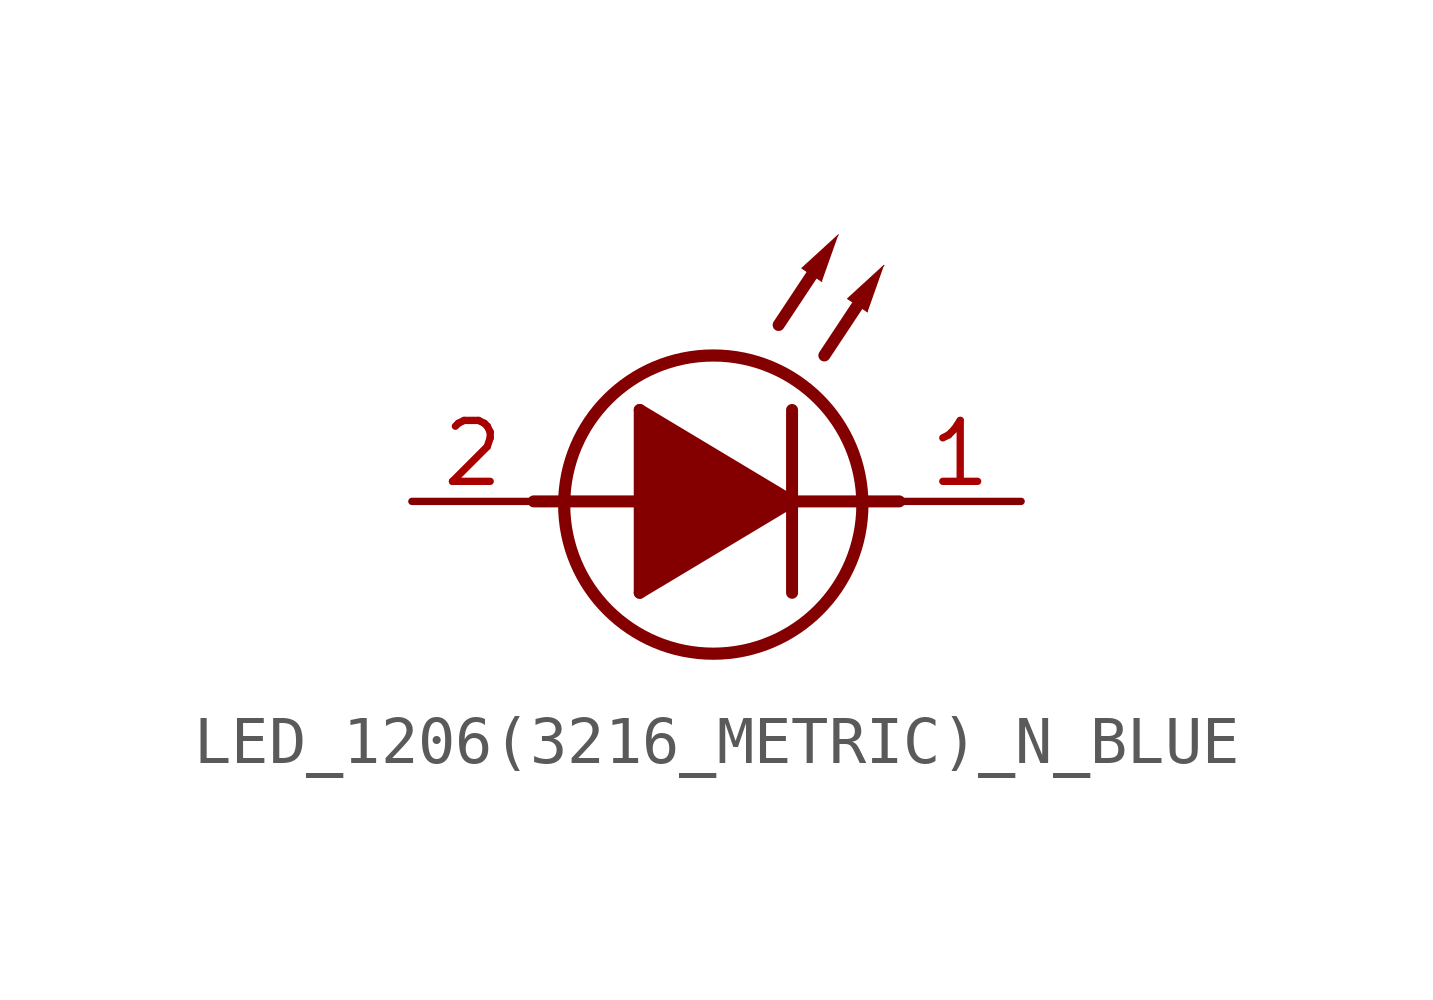
<source format=kicad_sym>
(kicad_symbol_lib
  (version 20231120)
  (generator "kicad_symbol_editor")
  (generator_version "8.0")
  (symbol "LED_1206(3216_METRIC)_N_BLUE"
    (property "Reference" "PD"
      (at 0 0 0)
      (effects (font (size 1.27 1.27)) (hide yes)))
    (property "ki_locked" ""
      (at 0 0 0)
      (effects (font (size 1.27 1.27))))
    (symbol "LED_1206(3216_METRIC)_N_BLUE_1_0"
      (circle (center -0.067 -0.067) (radius 3.108) (stroke (width 0.254) (type solid)) (fill (type none)))
      (polyline (pts (xy -3.81 0) (xy -1.6 0)) (stroke (width 0.25) (type solid)) (fill (type none)))
      (polyline (pts (xy -1.6 -1.905) (xy 1.575 0)) (stroke (width 0.25) (type solid)) (fill (type none)))
      (polyline (pts (xy -1.6 1.905) (xy -1.6 -1.905)) (stroke (width 0.25) (type solid)) (fill (type none)))
      (polyline (pts (xy 1.295 3.677) (xy 1.988 4.722)) (stroke (width 0.25) (type solid)) (fill (type none)))
      (polyline (pts (xy 1.575 -1.905) (xy 1.575 1.905)) (stroke (width 0.25) (type solid)) (fill (type none)))
      (polyline (pts (xy 1.575 0) (xy -1.6 1.905)) (stroke (width 0.25) (type solid)) (fill (type none)))
      (polyline (pts (xy 1.575 0) (xy 3.81 0)) (stroke (width 0.25) (type solid)) (fill (type none)))
      (polyline (pts (xy 2.248 3.042) (xy 2.94 4.087)) (stroke (width 0.25) (type solid)) (fill (type none)))
      (polyline (pts (xy -1.6 1.905) (xy 1.575 0) (xy -1.6 -1.905)) (stroke (width 0.002) (type solid)) (fill (type outline)))
      (polyline (pts (xy 2.54 5.556) (xy 1.779 4.86) (xy 2.196 4.584)) (stroke (width 0.002) (type solid)) (fill (type outline)))
      (polyline (pts (xy 3.492 4.921) (xy 2.732 4.225) (xy 3.149 3.949)) (stroke (width 0.002) (type solid)) (fill (type outline)))
      (pin passive line (at 6.35 0 180) (length 2.54) (name "K" (effects (font (size 0 0)))) (number "1" (effects (font (size 1.27 1.27)))))
      (pin passive line (at -6.35 0 0) (length 2.54) (name "A" (effects (font (size 0 0)))) (number "2" (effects (font (size 1.27 1.27))))))))
</source>
